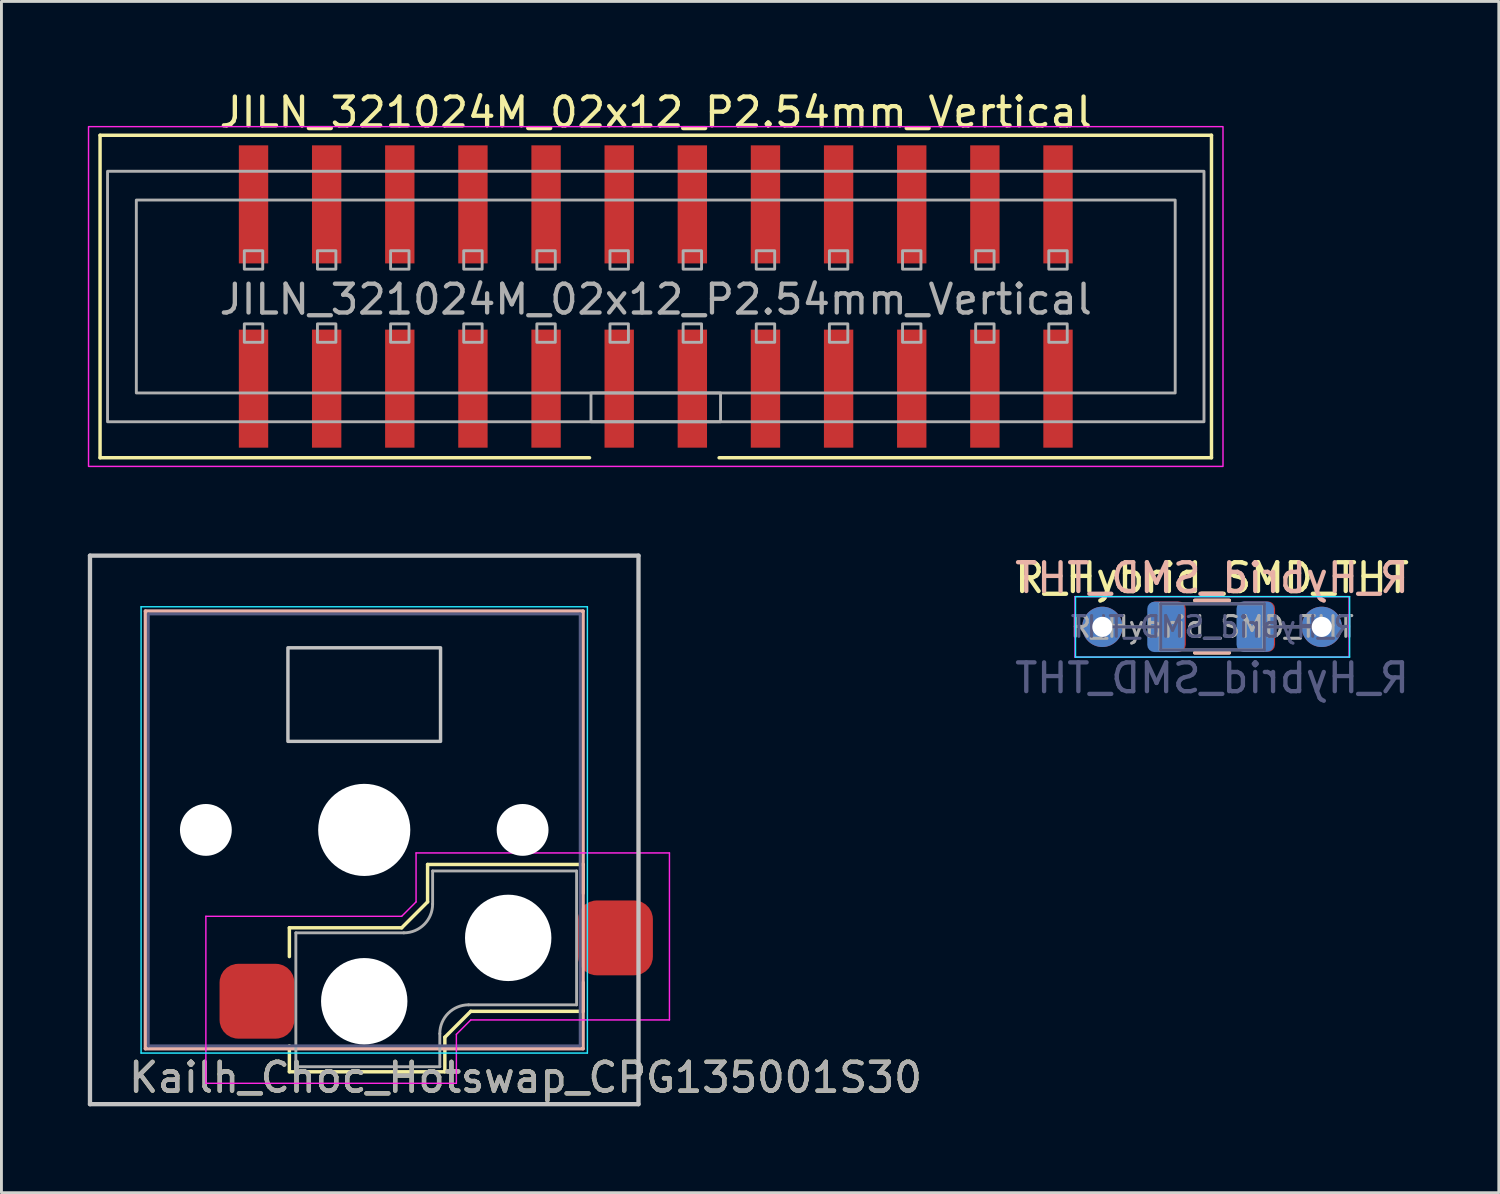
<source format=kicad_pcb>
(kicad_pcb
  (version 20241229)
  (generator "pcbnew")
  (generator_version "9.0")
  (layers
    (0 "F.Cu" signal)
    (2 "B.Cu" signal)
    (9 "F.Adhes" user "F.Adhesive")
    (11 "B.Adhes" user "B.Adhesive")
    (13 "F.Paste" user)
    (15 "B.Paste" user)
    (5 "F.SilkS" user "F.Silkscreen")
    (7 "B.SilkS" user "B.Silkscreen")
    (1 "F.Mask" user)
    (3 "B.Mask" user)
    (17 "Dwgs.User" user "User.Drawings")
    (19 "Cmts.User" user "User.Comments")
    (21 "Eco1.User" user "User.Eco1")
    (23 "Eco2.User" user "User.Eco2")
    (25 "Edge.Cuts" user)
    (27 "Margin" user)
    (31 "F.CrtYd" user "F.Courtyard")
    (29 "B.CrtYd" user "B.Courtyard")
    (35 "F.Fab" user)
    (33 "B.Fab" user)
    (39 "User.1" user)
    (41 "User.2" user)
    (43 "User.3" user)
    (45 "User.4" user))
  (footprint "Kailh_Choc_Hotswap_CPG135001S30"
    (layer "F.Cu")
    (at 12.1 30.623)
    (property "Reference" "Kailh_Choc_Hotswap_CPG135001S30" (at 3.1 3.75 180) (layer "F.SilkS") (effects (font (size 1 1) (thickness 0.15))))
    (attr smd)
    (fp_line (start -5.1 -1.45) (end -1.2 -1.45) (stroke (width 0.12) (type default)) (layer "F.SilkS"))
    (fp_line (start -5.1 -0.45) (end -5.1 -1.45) (stroke (width 0.12) (type default)) (layer "F.SilkS"))
    (fp_line (start -5.1 3.55) (end -5.1 2.65) (stroke (width 0.12) (type default)) (layer "F.SilkS"))
    (fp_line (start -1.2 -1.45) (end -0.3 -2.35) (stroke (width 0.12) (type default)) (layer "F.SilkS"))
    (fp_line (start -0.3 -3.65) (end 5.1 -3.65) (stroke (width 0.12) (type default)) (layer "F.SilkS"))
    (fp_line (start -0.3 -2.35) (end -0.3 -3.65) (stroke (width 0.12) (type default)) (layer "F.SilkS"))
    (fp_line (start 0.3 2.35) (end 1.2 1.45) (stroke (width 0.12) (type default)) (layer "F.SilkS"))
    (fp_line (start 0.3 3.55) (end -5.1 3.55) (stroke (width 0.12) (type default)) (layer "F.SilkS"))
    (fp_line (start 0.3 3.55) (end 0.3 2.35) (stroke (width 0.12) (type default)) (layer "F.SilkS"))
    (fp_line (start 1.2 1.45) (end 5.1 1.45) (stroke (width 0.12) (type default)) (layer "F.SilkS"))
    (fp_line (start 5.1 -3.65) (end 5.1 -2.65) (stroke (width 0.12) (type default)) (layer "F.SilkS"))
    (fp_line (start 5.1 1.45) (end 5.1 0.45) (stroke (width 0.12) (type default)) (layer "F.SilkS"))
    (fp_line (start -10.1 -12.45) (end -10.1 2.75) (stroke (width 0.12) (type solid)) (layer "B.SilkS"))
    (fp_line (start -10.1 2.75) (end 5.1 2.75) (stroke (width 0.12) (type solid)) (layer "B.SilkS"))
    (fp_line (start 5.1 -12.45) (end -10.1 -12.45) (stroke (width 0.12) (type solid)) (layer "B.SilkS"))
    (fp_line (start 5.1 2.75) (end 5.1 -12.45) (stroke (width 0.12) (type solid)) (layer "B.SilkS"))
    (fp_line (start -12.025 -14.375) (end -12.025 4.675) (stroke (width 0.15) (type solid)) (layer "Dwgs.User"))
    (fp_line (start -12.025 4.675) (end 7.025 4.675) (stroke (width 0.15) (type solid)) (layer "Dwgs.User"))
    (fp_line (start 7.025 -14.375) (end -12.025 -14.375) (stroke (width 0.15) (type solid)) (layer "Dwgs.User"))
    (fp_line (start 7.025 4.675) (end 7.025 -14.375) (stroke (width 0.15) (type solid)) (layer "Dwgs.User"))
    (fp_rect (start -5.15 -7.925) (end 0.15 -11.175) (stroke (width 0.12) (type default)) (fill no) (layer "Dwgs.User"))
    (fp_line (start -10.25 -12.6) (end -10.25 2.9) (stroke (width 0.05) (type solid)) (layer "B.CrtYd"))
    (fp_line (start -10.25 2.9) (end 5.25 2.9) (stroke (width 0.05) (type solid)) (layer "B.CrtYd"))
    (fp_line (start 5.25 -12.6) (end -10.25 -12.6) (stroke (width 0.05) (type solid)) (layer "B.CrtYd"))
    (fp_line (start 5.25 2.9) (end 5.25 -12.6) (stroke (width 0.05) (type solid)) (layer "B.CrtYd"))
    (fp_line (start -8 -1.85) (end -8 3.95) (stroke (width 0.05) (type default)) (layer "F.CrtYd"))
    (fp_line (start -8 3.95) (end 0.7 3.95) (stroke (width 0.05) (type default)) (layer "F.CrtYd"))
    (fp_line (start -1.2 -1.85) (end -8 -1.85) (stroke (width 0.05) (type default)) (layer "F.CrtYd"))
    (fp_line (start -0.7 -4.05) (end -0.7 -2.35) (stroke (width 0.05) (type default)) (layer "F.CrtYd"))
    (fp_line (start -0.7 -2.35) (end -1.2 -1.85) (stroke (width 0.05) (type default)) (layer "F.CrtYd"))
    (fp_line (start 0.7 2.25) (end 1.2 1.75) (stroke (width 0.05) (type default)) (layer "F.CrtYd"))
    (fp_line (start 0.7 3.95) (end 0.7 2.25) (stroke (width 0.05) (type default)) (layer "F.CrtYd"))
    (fp_line (start 1.2 1.75) (end 8.1 1.75) (stroke (width 0.05) (type default)) (layer "F.CrtYd"))
    (fp_line (start 8.1 -4.05) (end -0.7 -4.05) (stroke (width 0.05) (type default)) (layer "F.CrtYd"))
    (fp_line (start 8.1 1.75) (end 8.1 -4.05) (stroke (width 0.05) (type default)) (layer "F.CrtYd"))
    (fp_line (start -10 -12.35) (end -10 2.65) (stroke (width 0.1) (type solid)) (layer "B.Fab"))
    (fp_line (start -10 2.65) (end 5 2.65) (stroke (width 0.1) (type solid)) (layer "B.Fab"))
    (fp_line (start 5 -12.35) (end -10 -12.35) (stroke (width 0.1) (type solid)) (layer "B.Fab"))
    (fp_line (start 5 2.65) (end 5 -12.35) (stroke (width 0.1) (type solid)) (layer "B.Fab"))
    (fp_line (start -4.875 3.375) (end -4.875 -1.275) (stroke (width 0.1) (type default)) (layer "F.Fab"))
    (fp_line (start -1.125 -1.275) (end -4.875 -1.275) (stroke (width 0.1) (type default)) (layer "F.Fab"))
    (fp_line (start -0.125 -2.275) (end -0.125 -3.425) (stroke (width 0.1) (type default)) (layer "F.Fab"))
    (fp_line (start 0.125 2.225) (end 0.125 3.375) (stroke (width 0.1) (type default)) (layer "F.Fab"))
    (fp_line (start 0.125 3.375) (end -4.875 3.375) (stroke (width 0.1) (type default)) (layer "F.Fab"))
    (fp_line (start 4.875 -3.425) (end -0.125 -3.425) (stroke (width 0.1) (type default)) (layer "F.Fab"))
    (fp_line (start 4.875 1.225) (end 1.125 1.225) (stroke (width 0.1) (type default)) (layer "F.Fab"))
    (fp_line (start 4.875 1.225) (end 4.875 -3.425) (stroke (width 0.1) (type default)) (layer "F.Fab"))
    (fp_arc (start -0.125 -2.275) (mid -0.417893 -1.567893) (end -1.125 -1.275) (stroke (width 0.1) (type default)) (layer "F.Fab"))
    (fp_arc (start 0.125 2.225) (mid 0.417893 1.517893) (end 1.125 1.225) (stroke (width 0.1) (type default)) (layer "F.Fab"))
    (fp_text user "${REFERENCE}" (at 3.1 3.75 180) (layer "F.Fab") (effects (font (size 1 1) (thickness 0.15))))
    (pad "" np_thru_hole circle (at -8 -4.85 180) (size 1.8 1.8) (drill 1.8) (layers "*.Cu" "*.Mask"))
    (pad "" np_thru_hole circle (at -2.5 -4.85 180) (size 3.2 3.2) (drill 4) (layers "*.Cu" "*.Mask"))
    (pad "" np_thru_hole circle (at -2.5 1.1 180) (size 3 3) (drill 3) (layers "*.Cu" "*.Mask"))
    (pad "" np_thru_hole circle (at 2.5 -1.1 180) (size 3 3) (drill 3) (layers "*.Cu" "*.Mask"))
    (pad "" np_thru_hole circle (at 3 -4.85 180) (size 1.8 1.8) (drill 1.8) (layers "*.Cu" "*.Mask"))
    (pad "1" smd roundrect (at -6.225 1.1 180) (size 2.6 2.6) (layers "F.Cu" "F.Mask" "F.Paste") (roundrect_rratio 0.25))
    (pad "2" smd roundrect (at 6.225 -1.1 180) (size 2.6 2.6) (layers "F.Cu" "F.Mask" "F.Paste") (roundrect_rratio 0.25)))
  (footprint "JILN_321024M_02x12_P2.54mm_Vertical"
    (layer "F.Cu")
    (at 19.725 7.248)
    (property "Reference" "JILN_321024M_02x12_P2.54mm_Vertical" (at 0 -6.4 0) (unlocked yes) (layer "F.SilkS") (effects (font (size 1 1) (thickness 0.15))))
    (attr smd)
    (fp_line (start -19.3 -5.6) (end -19.3 5.6) (stroke (width 0.12) (type solid)) (layer "F.SilkS"))
    (fp_line (start -19.3 5.6) (end -2.3 5.6) (stroke (width 0.12) (type solid)) (layer "F.SilkS"))
    (fp_line (start 2.2 5.6) (end 19.3 5.6) (stroke (width 0.12) (type solid)) (layer "F.SilkS"))
    (fp_line (start 19.3 -5.6) (end -19.3 -5.6) (stroke (width 0.12) (type solid)) (layer "F.SilkS"))
    (fp_line (start 19.3 5.6) (end 19.3 -5.6) (stroke (width 0.12) (type solid)) (layer "F.SilkS"))
    (fp_rect (start -19.7 -5.9) (end 19.7 5.9) (stroke (width 0.05) (type solid)) (fill no) (layer "F.CrtYd"))
    (fp_rect (start -19.04 -4.35) (end 19.04 4.35) (stroke (width 0.1) (type solid)) (fill no) (layer "F.Fab"))
    (fp_rect (start -18.04 -3.35) (end 18.04 3.35) (stroke (width 0.1) (type solid)) (fill no) (layer "F.Fab"))
    (fp_rect (start -14.29 -1.59) (end -13.65 -0.95) (stroke (width 0.1) (type solid)) (fill no) (layer "F.Fab"))
    (fp_rect (start -14.29 0.95) (end -13.65 1.59) (stroke (width 0.1) (type solid)) (fill no) (layer "F.Fab"))
    (fp_rect (start -11.75 -1.59) (end -11.11 -0.95) (stroke (width 0.1) (type solid)) (fill no) (layer "F.Fab"))
    (fp_rect (start -11.75 0.95) (end -11.11 1.59) (stroke (width 0.1) (type solid)) (fill no) (layer "F.Fab"))
    (fp_rect (start -9.21 -1.59) (end -8.57 -0.95) (stroke (width 0.1) (type solid)) (fill no) (layer "F.Fab"))
    (fp_rect (start -9.21 0.95) (end -8.57 1.59) (stroke (width 0.1) (type solid)) (fill no) (layer "F.Fab"))
    (fp_rect (start -6.67 -1.59) (end -6.03 -0.95) (stroke (width 0.1) (type solid)) (fill no) (layer "F.Fab"))
    (fp_rect (start -6.67 0.95) (end -6.03 1.59) (stroke (width 0.1) (type solid)) (fill no) (layer "F.Fab"))
    (fp_rect (start -4.13 -1.59) (end -3.49 -0.95) (stroke (width 0.1) (type solid)) (fill no) (layer "F.Fab"))
    (fp_rect (start -4.13 0.95) (end -3.49 1.59) (stroke (width 0.1) (type solid)) (fill no) (layer "F.Fab"))
    (fp_rect (start -2.25 3.35) (end 2.25 4.35) (stroke (width 0.1) (type solid)) (fill no) (layer "F.Fab"))
    (fp_rect (start -1.59 -1.59) (end -0.95 -0.95) (stroke (width 0.1) (type solid)) (fill no) (layer "F.Fab"))
    (fp_rect (start -1.59 0.95) (end -0.95 1.59) (stroke (width 0.1) (type solid)) (fill no) (layer "F.Fab"))
    (fp_rect (start 0.95 -1.59) (end 1.59 -0.95) (stroke (width 0.1) (type solid)) (fill no) (layer "F.Fab"))
    (fp_rect (start 0.95 0.95) (end 1.59 1.59) (stroke (width 0.1) (type solid)) (fill no) (layer "F.Fab"))
    (fp_rect (start 3.49 -1.59) (end 4.13 -0.95) (stroke (width 0.1) (type solid)) (fill no) (layer "F.Fab"))
    (fp_rect (start 3.49 0.95) (end 4.13 1.59) (stroke (width 0.1) (type solid)) (fill no) (layer "F.Fab"))
    (fp_rect (start 6.03 -1.59) (end 6.67 -0.95) (stroke (width 0.1) (type solid)) (fill no) (layer "F.Fab"))
    (fp_rect (start 6.03 0.95) (end 6.67 1.59) (stroke (width 0.1) (type solid)) (fill no) (layer "F.Fab"))
    (fp_rect (start 8.57 -1.59) (end 9.21 -0.95) (stroke (width 0.1) (type solid)) (fill no) (layer "F.Fab"))
    (fp_rect (start 8.57 0.95) (end 9.21 1.59) (stroke (width 0.1) (type solid)) (fill no) (layer "F.Fab"))
    (fp_rect (start 11.11 -1.59) (end 11.75 -0.95) (stroke (width 0.1) (type solid)) (fill no) (layer "F.Fab"))
    (fp_rect (start 11.11 0.95) (end 11.75 1.59) (stroke (width 0.1) (type solid)) (fill no) (layer "F.Fab"))
    (fp_rect (start 13.65 -1.59) (end 14.29 -0.95) (stroke (width 0.1) (type solid)) (fill no) (layer "F.Fab"))
    (fp_rect (start 13.65 0.95) (end 14.29 1.59) (stroke (width 0.1) (type solid)) (fill no) (layer "F.Fab"))
    (fp_text user "${REFERENCE}" (at 0 0.1 0) (unlocked yes) (layer "F.Fab") (effects (font (size 1 1) (thickness 0.15))))
    (pad "1" smd rect (at -13.97 3.2) (size 1.02 4.1) (layers "F.Cu" "F.Mask" "F.Paste"))
    (pad "2" smd rect (at -13.97 -3.2) (size 1.02 4.1) (layers "F.Cu" "F.Mask" "F.Paste"))
    (pad "3" smd rect (at -11.43 3.2) (size 1.02 4.1) (layers "F.Cu" "F.Mask" "F.Paste"))
    (pad "4" smd rect (at -11.43 -3.2) (size 1.02 4.1) (layers "F.Cu" "F.Mask" "F.Paste"))
    (pad "5" smd rect (at -8.89 3.2) (size 1.02 4.1) (layers "F.Cu" "F.Mask" "F.Paste"))
    (pad "6" smd rect (at -8.89 -3.2) (size 1.02 4.1) (layers "F.Cu" "F.Mask" "F.Paste"))
    (pad "7" smd rect (at -6.35 3.2) (size 1.02 4.1) (layers "F.Cu" "F.Mask" "F.Paste"))
    (pad "8" smd rect (at -6.35 -3.2) (size 1.02 4.1) (layers "F.Cu" "F.Mask" "F.Paste"))
    (pad "9" smd rect (at -3.81 3.2) (size 1.02 4.1) (layers "F.Cu" "F.Mask" "F.Paste"))
    (pad "10" smd rect (at -3.81 -3.2) (size 1.02 4.1) (layers "F.Cu" "F.Mask" "F.Paste"))
    (pad "11" smd rect (at -1.27 3.2) (size 1.02 4.1) (layers "F.Cu" "F.Mask" "F.Paste"))
    (pad "12" smd rect (at -1.27 -3.2) (size 1.02 4.1) (layers "F.Cu" "F.Mask" "F.Paste"))
    (pad "13" smd rect (at 1.27 3.2) (size 1.02 4.1) (layers "F.Cu" "F.Mask" "F.Paste"))
    (pad "14" smd rect (at 1.27 -3.2) (size 1.02 4.1) (layers "F.Cu" "F.Mask" "F.Paste"))
    (pad "15" smd rect (at 3.81 3.2) (size 1.02 4.1) (layers "F.Cu" "F.Mask" "F.Paste"))
    (pad "16" smd rect (at 3.81 -3.2) (size 1.02 4.1) (layers "F.Cu" "F.Mask" "F.Paste"))
    (pad "17" smd rect (at 6.35 3.2) (size 1.02 4.1) (layers "F.Cu" "F.Mask" "F.Paste"))
    (pad "18" smd rect (at 6.35 -3.2) (size 1.02 4.1) (layers "F.Cu" "F.Mask" "F.Paste"))
    (pad "19" smd rect (at 8.89 3.2) (size 1.02 4.1) (layers "F.Cu" "F.Mask" "F.Paste"))
    (pad "20" smd rect (at 8.89 -3.2) (size 1.02 4.1) (layers "F.Cu" "F.Mask" "F.Paste"))
    (pad "21" smd rect (at 11.43 3.2) (size 1.02 4.1) (layers "F.Cu" "F.Mask" "F.Paste"))
    (pad "22" smd rect (at 11.43 -3.2) (size 1.02 4.1) (layers "F.Cu" "F.Mask" "F.Paste"))
    (pad "23" smd rect (at 13.97 3.2) (size 1.02 4.1) (layers "F.Cu" "F.Mask" "F.Paste"))
    (pad "24" smd rect (at 13.97 -3.2) (size 1.02 4.1) (layers "F.Cu" "F.Mask" "F.Paste")))
  (footprint "R_Hybrid_SMD_THT"
    (layer "F.Cu")
    (at 39.045 18.721)
    (property "Reference" "R_Hybrid_SMD_THT" (at 0 -1.7 0) (unlocked yes) (layer "F.SilkS") (effects (font (size 1 1) (thickness 0.15))))
    (property "Value" "R_Hybrid_SMD_THT" (at 0 1.778 0) (unlocked yes) (layer "F.Fab") (hide yes) (effects (font (size 1 1) (thickness 0.15))))
    (attr smd)
    (fp_line (start -0.6 -0.918) (end 0.6 -0.918) (stroke (width 0.12) (type solid)) (layer "F.SilkS"))
    (fp_line (start -0.6 0.902) (end 0.6 0.9) (stroke (width 0.12) (type solid)) (layer "F.SilkS"))
    (fp_line (start 0.6 -0.918) (end -0.6 -0.918) (stroke (width 0.12) (type solid)) (layer "B.SilkS"))
    (fp_line (start 0.6 0.902) (end -0.6 0.902) (stroke (width 0.12) (type solid)) (layer "B.SilkS"))
    (fp_line (start -4.743 -1.05) (end 4.777 -1.05) (stroke (width 0.05) (type solid)) (layer "B.CrtYd"))
    (fp_line (start -4.743 1.05) (end -4.743 -1.05) (stroke (width 0.05) (type solid)) (layer "B.CrtYd"))
    (fp_line (start 4.777 -1.05) (end 4.777 1.05) (stroke (width 0.05) (type solid)) (layer "B.CrtYd"))
    (fp_line (start 4.777 1.05) (end -4.743 1.05) (stroke (width 0.05) (type solid)) (layer "B.CrtYd"))
    (fp_line (start -4.76 -1.05) (end -4.76 1.05) (stroke (width 0.05) (type solid)) (layer "F.CrtYd"))
    (fp_line (start -4.76 1.05) (end 4.76 1.05) (stroke (width 0.05) (type solid)) (layer "F.CrtYd"))
    (fp_line (start 4.76 -1.05) (end -4.76 -1.05) (stroke (width 0.05) (type solid)) (layer "F.CrtYd"))
    (fp_line (start 4.76 1.05) (end 4.76 -1.05) (stroke (width 0.05) (type solid)) (layer "F.CrtYd"))
    (fp_line (start -3.793 0) (end -1.783 0) (stroke (width 0.1) (type solid)) (layer "B.Fab"))
    (fp_line (start -1.783 -0.8) (end 1.817 -0.8) (stroke (width 0.1) (type solid)) (layer "B.Fab"))
    (fp_line (start -1.783 0.8) (end -1.783 -0.8) (stroke (width 0.1) (type solid)) (layer "B.Fab"))
    (fp_line (start 1.817 -0.8) (end 1.817 0.8) (stroke (width 0.1) (type solid)) (layer "B.Fab"))
    (fp_line (start 1.817 0.8) (end -1.783 0.8) (stroke (width 0.1) (type solid)) (layer "B.Fab"))
    (fp_line (start 3.827 0) (end 1.817 0) (stroke (width 0.1) (type solid)) (layer "B.Fab"))
    (fp_line (start -3.81 0) (end -1.8 0) (stroke (width 0.1) (type solid)) (layer "F.Fab"))
    (fp_line (start -1.8 -0.8) (end -1.8 0.8) (stroke (width 0.1) (type solid)) (layer "F.Fab"))
    (fp_line (start -1.8 0.8) (end 1.8 0.8) (stroke (width 0.1) (type solid)) (layer "F.Fab"))
    (fp_line (start 1.8 -0.8) (end -1.8 -0.8) (stroke (width 0.1) (type solid)) (layer "F.Fab"))
    (fp_line (start 1.8 0.8) (end 1.8 -0.8) (stroke (width 0.1) (type solid)) (layer "F.Fab"))
    (fp_line (start 3.81 0) (end 1.8 0) (stroke (width 0.1) (type solid)) (layer "F.Fab"))
    (fp_text user "${REFERENCE}" (at 0 -1.7 0) (unlocked yes) (layer "B.SilkS") (effects (font (size 1 1) (thickness 0.15)) (justify mirror)))
    (fp_text user "${REFERENCE}" (at 0.017 0 0) (layer "B.Fab") (effects (font (size 0.72 0.72) (thickness 0.108)) (justify mirror)))
    (fp_text user "${VALUE}" (at 0 1.778 0) (unlocked yes) (layer "B.Fab") (effects (font (size 1 1) (thickness 0.15)) (justify mirror)))
    (fp_text user "${REFERENCE}" (at 0 0 0) (layer "F.Fab") (effects (font (size 0.72 0.72) (thickness 0.108))))
    (pad "1" thru_hole circle (at -3.81 0) (size 1.4 1.4) (drill 0.7) (layers "*.Cu" "*.Mask"))
    (pad "1" smd roundrect (at -1.6 0) (size 1.3 1.75) (layers "B.Cu" "B.Mask" "B.Paste") (roundrect_rratio 0.192))
    (pad "1" smd roundrect (at -1.562 -0.008) (size 1.3 1.75) (layers "F.Cu" "F.Mask" "F.Paste") (roundrect_rratio 0.192))
    (pad "2" smd roundrect (at 1.5 -0.008) (size 1.3 1.75) (layers "B.Cu" "B.Mask" "B.Paste") (roundrect_rratio 0.192))
    (pad "2" smd roundrect (at 1.538 -0.008) (size 1.3 1.75) (layers "F.Cu" "F.Mask" "F.Paste") (roundrect_rratio 0.192))
    (pad "2" thru_hole oval (at 3.81 0) (size 1.4 1.4) (drill 0.7) (layers "*.Cu" "*.Mask")))
  (gr_rect
    (start -3 -3)
    (end 49.004 38.373)
    (stroke (width 0.1) (type default))
    (fill no)
    (layer "Edge.Cuts")))
</source>
